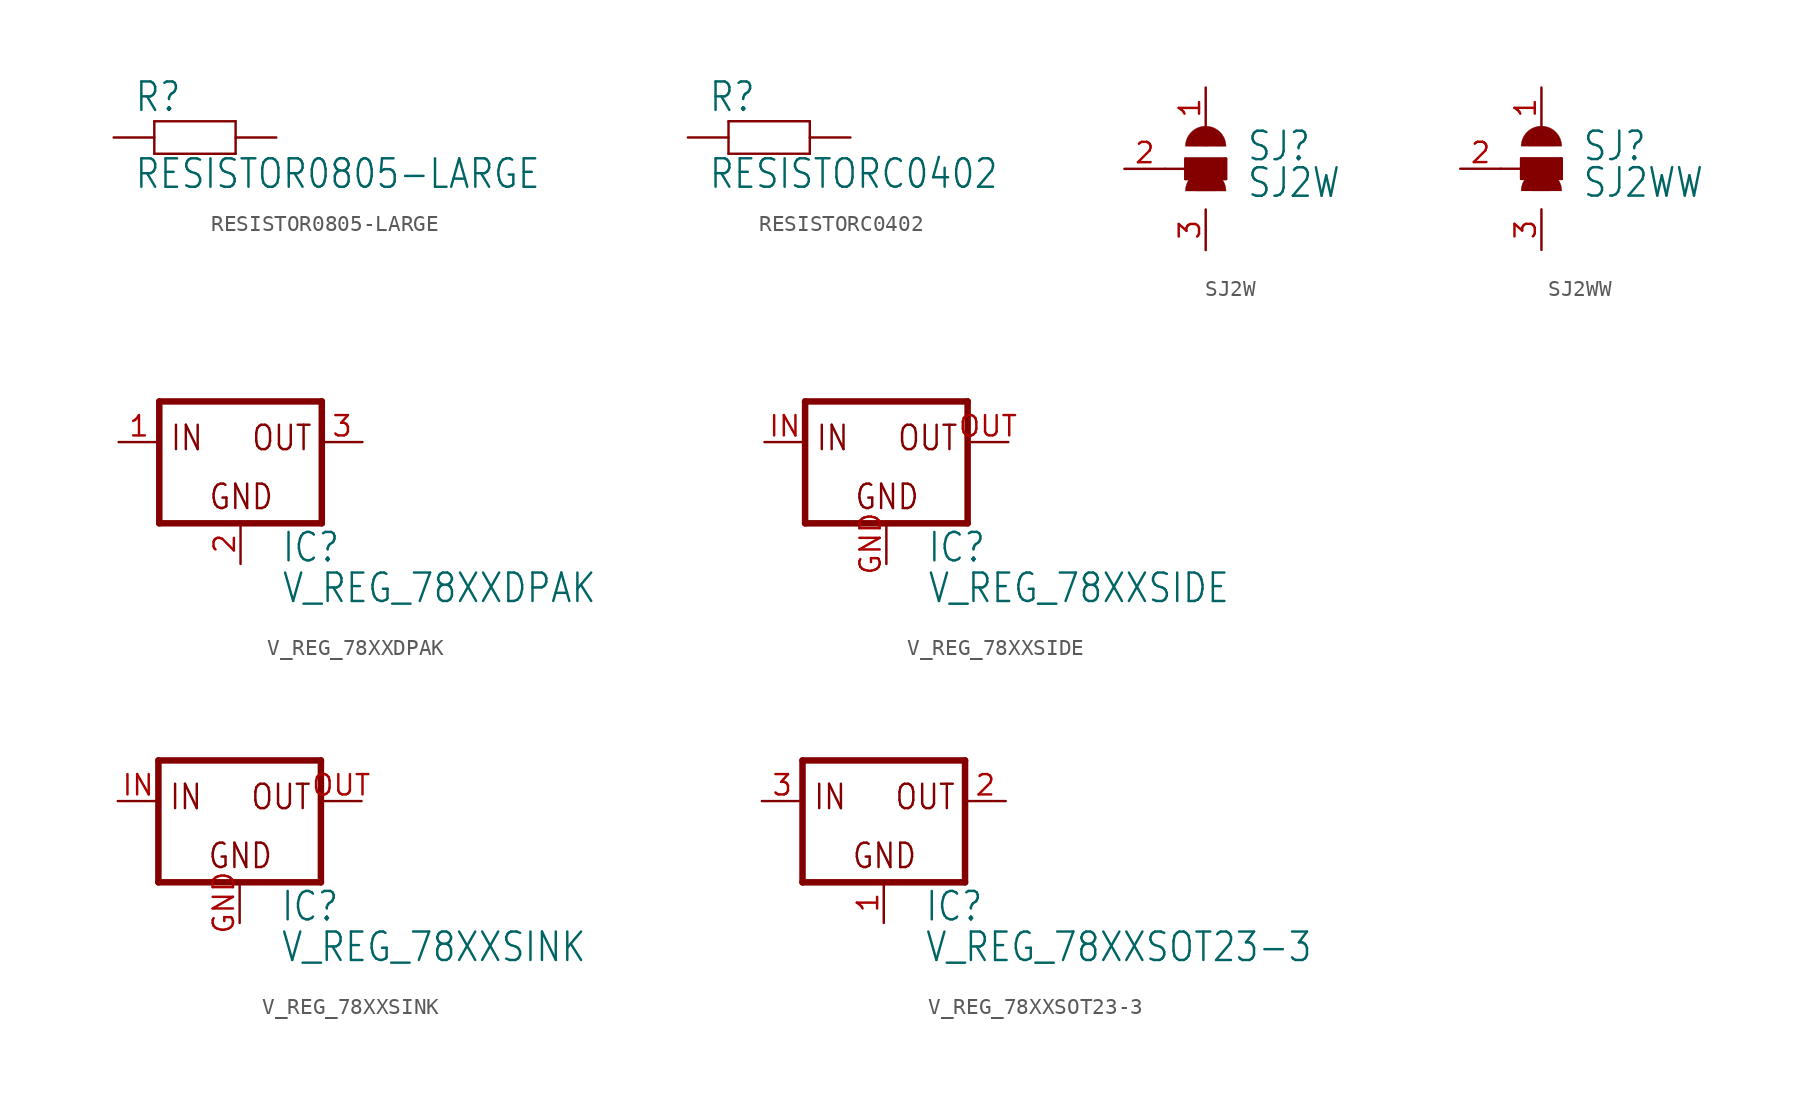
<source format=kicad_sym>
(kicad_symbol_lib
  (version 20211014)
  (generator kicad_symbol_editor)
  (symbol "RESISTOR0805-LARGE"
    (property "Reference" "R"
      (at -3.81 1.499 0)
      (effects (font (size 1.778 1.511)) (justify left bottom)))
    (property "Value" "RESISTOR0805-LARGE"
      (at -3.81 -3.302 0)
      (effects (font (size 1.778 1.511)) (justify left bottom)))
    (property "ki_locked" ""
      (at 0 0 0)
      (effects (font (size 1.27 1.27))))
    (symbol "RESISTOR0805-LARGE_1_0"
      (polyline (pts (xy -2.54 -1.016) (xy -2.54 1.016)) (stroke (width 0.152) (type default) (color 0 0 0 0)) (fill (type none)))
      (polyline (pts (xy -2.54 -1.016) (xy 2.54 -1.016)) (stroke (width 0.152) (type default) (color 0 0 0 0)) (fill (type none)))
      (polyline (pts (xy -2.54 1.016) (xy 2.54 1.016)) (stroke (width 0.152) (type default) (color 0 0 0 0)) (fill (type none)))
      (polyline (pts (xy 2.54 -1.016) (xy 2.54 1.016)) (stroke (width 0.152) (type default) (color 0 0 0 0)) (fill (type none)))
      (pin passive line (at -5.08 0 0) (length 2.54) (name "1" (effects (font (size 0 0)))) (number "1" (effects (font (size 0 0)))))
      (pin passive line (at 5.08 0 180) (length 2.54) (name "2" (effects (font (size 0 0)))) (number "2" (effects (font (size 0 0)))))))
  (symbol "RESISTORC0402"
    (property "Reference" "R"
      (at -3.81 1.499 0)
      (effects (font (size 1.778 1.511)) (justify left bottom)))
    (property "Value" "RESISTORC0402"
      (at -3.81 -3.302 0)
      (effects (font (size 1.778 1.511)) (justify left bottom)))
    (property "ki_locked" ""
      (at 0 0 0)
      (effects (font (size 1.27 1.27))))
    (symbol "RESISTORC0402_1_0"
      (polyline (pts (xy -2.54 -1.016) (xy -2.54 1.016)) (stroke (width 0.152) (type default) (color 0 0 0 0)) (fill (type none)))
      (polyline (pts (xy -2.54 -1.016) (xy 2.54 -1.016)) (stroke (width 0.152) (type default) (color 0 0 0 0)) (fill (type none)))
      (polyline (pts (xy -2.54 1.016) (xy 2.54 1.016)) (stroke (width 0.152) (type default) (color 0 0 0 0)) (fill (type none)))
      (polyline (pts (xy 2.54 -1.016) (xy 2.54 1.016)) (stroke (width 0.152) (type default) (color 0 0 0 0)) (fill (type none)))
      (pin passive line (at -5.08 0 0) (length 2.54) (name "1" (effects (font (size 0 0)))) (number "1" (effects (font (size 0 0)))))
      (pin passive line (at 5.08 0 180) (length 2.54) (name "2" (effects (font (size 0 0)))) (number "2" (effects (font (size 0 0)))))))
  (symbol "SJ2W"
    (property "Reference" "SJ"
      (at 2.54 0.381 0)
      (effects (font (size 1.778 1.511)) (justify left bottom)))
    (property "Value" "SJ2W"
      (at 2.54 -1.905 0)
      (effects (font (size 1.778 1.511)) (justify left bottom)))
    (property "ki_locked" ""
      (at 0 0 0)
      (effects (font (size 1.27 1.27))))
    (symbol "SJ2W_1_0"
      (rectangle (start -1.27 -0.635) (end 1.27 0.635) (stroke (width 0) (type default) (color 0 0 0 0)) (fill (type outline)))
      (polyline (pts (xy -2.54 0) (xy -1.27 0)) (stroke (width 0.152) (type default) (color 0 0 0 0)) (fill (type none)))
      (polyline (pts (xy -1.27 -0.635) (xy -1.27 0)) (stroke (width 0.152) (type default) (color 0 0 0 0)) (fill (type none)))
      (polyline (pts (xy -1.27 0) (xy -1.27 0.635)) (stroke (width 0.152) (type default) (color 0 0 0 0)) (fill (type none)))
      (polyline (pts (xy -1.27 0.635) (xy 1.27 0.635)) (stroke (width 0.152) (type default) (color 0 0 0 0)) (fill (type none)))
      (polyline (pts (xy 1.27 -0.635) (xy -1.27 -0.635)) (stroke (width 0.152) (type default) (color 0 0 0 0)) (fill (type none)))
      (polyline (pts (xy 1.27 0.635) (xy 1.27 -0.635)) (stroke (width 0.152) (type default) (color 0 0 0 0)) (fill (type none)))
      (arc (start 1.27 -1.397) (mid 0 -0.127) (end -1.27 -1.397) (stroke (width 0.0001) (type default) (color 0 0 0 0)) (fill (type outline)))
      (arc (start 1.27 1.397) (mid 0 2.667) (end -1.27 1.397) (stroke (width 0.0001) (type default) (color 0 0 0 0)) (fill (type outline)))
      (pin passive line (at 0 5.08 270) (length 2.54) (name "1" (effects (font (size 0 0)))) (number "1" (effects (font (size 1.27 1.27)))))
      (pin passive line (at -5.08 0 0) (length 2.54) (name "2" (effects (font (size 0 0)))) (number "2" (effects (font (size 1.27 1.27)))))
      (pin passive line (at 0 -5.08 90) (length 2.54) (name "3" (effects (font (size 0 0)))) (number "3" (effects (font (size 1.27 1.27)))))))
  (symbol "SJ2WW"
    (property "Reference" "SJ"
      (at 2.54 0.381 0)
      (effects (font (size 1.778 1.511)) (justify left bottom)))
    (property "Value" "SJ2WW"
      (at 2.54 -1.905 0)
      (effects (font (size 1.778 1.511)) (justify left bottom)))
    (property "ki_locked" ""
      (at 0 0 0)
      (effects (font (size 1.27 1.27))))
    (symbol "SJ2WW_1_0"
      (rectangle (start -1.27 -0.635) (end 1.27 0.635) (stroke (width 0) (type default) (color 0 0 0 0)) (fill (type outline)))
      (polyline (pts (xy -2.54 0) (xy -1.27 0)) (stroke (width 0.152) (type default) (color 0 0 0 0)) (fill (type none)))
      (polyline (pts (xy -1.27 -0.635) (xy -1.27 0)) (stroke (width 0.152) (type default) (color 0 0 0 0)) (fill (type none)))
      (polyline (pts (xy -1.27 0) (xy -1.27 0.635)) (stroke (width 0.152) (type default) (color 0 0 0 0)) (fill (type none)))
      (polyline (pts (xy -1.27 0.635) (xy 1.27 0.635)) (stroke (width 0.152) (type default) (color 0 0 0 0)) (fill (type none)))
      (polyline (pts (xy 1.27 -0.635) (xy -1.27 -0.635)) (stroke (width 0.152) (type default) (color 0 0 0 0)) (fill (type none)))
      (polyline (pts (xy 1.27 0.635) (xy 1.27 -0.635)) (stroke (width 0.152) (type default) (color 0 0 0 0)) (fill (type none)))
      (arc (start 1.27 -1.397) (mid 0 -0.127) (end -1.27 -1.397) (stroke (width 0.0001) (type default) (color 0 0 0 0)) (fill (type outline)))
      (arc (start 1.27 1.397) (mid 0 2.667) (end -1.27 1.397) (stroke (width 0.0001) (type default) (color 0 0 0 0)) (fill (type outline)))
      (pin passive line (at 0 5.08 270) (length 2.54) (name "1" (effects (font (size 0 0)))) (number "1" (effects (font (size 1.27 1.27)))))
      (pin passive line (at -5.08 0 0) (length 2.54) (name "2" (effects (font (size 0 0)))) (number "2" (effects (font (size 1.27 1.27)))))
      (pin passive line (at 0 -5.08 90) (length 2.54) (name "3" (effects (font (size 0 0)))) (number "3" (effects (font (size 1.27 1.27)))))))
  (symbol "V_REG_78XXDPAK"
    (property "Reference" "IC"
      (at 2.54 -7.62 0)
      (effects (font (size 1.778 1.511)) (justify left bottom)))
    (property "Value" "V_REG_78XXDPAK"
      (at 2.54 -10.16 0)
      (effects (font (size 1.778 1.511)) (justify left bottom)))
    (property "ki_locked" ""
      (at 0 0 0)
      (effects (font (size 1.27 1.27))))
    (symbol "V_REG_78XXDPAK_1_0"
      (polyline (pts (xy -5.08 -5.08) (xy 5.08 -5.08)) (stroke (width 0.406) (type default) (color 0 0 0 0)) (fill (type none)))
      (polyline (pts (xy -5.08 2.54) (xy -5.08 -5.08)) (stroke (width 0.406) (type default) (color 0 0 0 0)) (fill (type none)))
      (polyline (pts (xy 5.08 -5.08) (xy 5.08 2.54)) (stroke (width 0.406) (type default) (color 0 0 0 0)) (fill (type none)))
      (polyline (pts (xy 5.08 2.54) (xy -5.08 2.54)) (stroke (width 0.406) (type default) (color 0 0 0 0)) (fill (type none)))
      (text "GND" (at -2.032 -4.318 0) (effects (font (size 1.524 1.295)) (justify left bottom)))
      (text "IN" (at -4.445 -0.635 0) (effects (font (size 1.524 1.295)) (justify left bottom)))
      (text "OUT" (at 0.635 -0.635 0) (effects (font (size 1.524 1.295)) (justify left bottom)))
      (pin input line (at -7.62 0 0) (length 2.54) (name "IN" (effects (font (size 0 0)))) (number "1" (effects (font (size 1.27 1.27)))))
      (pin input line (at 0 -7.62 90) (length 2.54) (name "GND" (effects (font (size 0 0)))) (number "2" (effects (font (size 1.27 1.27)))))
      (pin output line (at 7.62 0 180) (length 2.54) (name "OUT" (effects (font (size 0 0)))) (number "3" (effects (font (size 1.27 1.27)))))))
  (symbol "V_REG_78XXSIDE"
    (property "Reference" "IC"
      (at 2.54 -7.62 0)
      (effects (font (size 1.778 1.511)) (justify left bottom)))
    (property "Value" "V_REG_78XXSIDE"
      (at 2.54 -10.16 0)
      (effects (font (size 1.778 1.511)) (justify left bottom)))
    (property "ki_locked" ""
      (at 0 0 0)
      (effects (font (size 1.27 1.27))))
    (symbol "V_REG_78XXSIDE_1_0"
      (polyline (pts (xy -5.08 -5.08) (xy 5.08 -5.08)) (stroke (width 0.406) (type default) (color 0 0 0 0)) (fill (type none)))
      (polyline (pts (xy -5.08 2.54) (xy -5.08 -5.08)) (stroke (width 0.406) (type default) (color 0 0 0 0)) (fill (type none)))
      (polyline (pts (xy 5.08 -5.08) (xy 5.08 2.54)) (stroke (width 0.406) (type default) (color 0 0 0 0)) (fill (type none)))
      (polyline (pts (xy 5.08 2.54) (xy -5.08 2.54)) (stroke (width 0.406) (type default) (color 0 0 0 0)) (fill (type none)))
      (text "GND" (at -2.032 -4.318 0) (effects (font (size 1.524 1.295)) (justify left bottom)))
      (text "IN" (at -4.445 -0.635 0) (effects (font (size 1.524 1.295)) (justify left bottom)))
      (text "OUT" (at 0.635 -0.635 0) (effects (font (size 1.524 1.295)) (justify left bottom)))
      (pin input line (at 0 -7.62 90) (length 2.54) (name "GND" (effects (font (size 0 0)))) (number "GND" (effects (font (size 1.27 1.27)))))
      (pin input line (at -7.62 0 0) (length 2.54) (name "IN" (effects (font (size 0 0)))) (number "IN" (effects (font (size 1.27 1.27)))))
      (pin output line (at 7.62 0 180) (length 2.54) (name "OUT" (effects (font (size 0 0)))) (number "OUT" (effects (font (size 1.27 1.27)))))))
  (symbol "V_REG_78XXSINK"
    (property "Reference" "IC"
      (at 2.54 -7.62 0)
      (effects (font (size 1.778 1.511)) (justify left bottom)))
    (property "Value" "V_REG_78XXSINK"
      (at 2.54 -10.16 0)
      (effects (font (size 1.778 1.511)) (justify left bottom)))
    (property "ki_locked" ""
      (at 0 0 0)
      (effects (font (size 1.27 1.27))))
    (symbol "V_REG_78XXSINK_1_0"
      (polyline (pts (xy -5.08 -5.08) (xy 5.08 -5.08)) (stroke (width 0.406) (type default) (color 0 0 0 0)) (fill (type none)))
      (polyline (pts (xy -5.08 2.54) (xy -5.08 -5.08)) (stroke (width 0.406) (type default) (color 0 0 0 0)) (fill (type none)))
      (polyline (pts (xy 5.08 -5.08) (xy 5.08 2.54)) (stroke (width 0.406) (type default) (color 0 0 0 0)) (fill (type none)))
      (polyline (pts (xy 5.08 2.54) (xy -5.08 2.54)) (stroke (width 0.406) (type default) (color 0 0 0 0)) (fill (type none)))
      (text "GND" (at -2.032 -4.318 0) (effects (font (size 1.524 1.295)) (justify left bottom)))
      (text "IN" (at -4.445 -0.635 0) (effects (font (size 1.524 1.295)) (justify left bottom)))
      (text "OUT" (at 0.635 -0.635 0) (effects (font (size 1.524 1.295)) (justify left bottom)))
      (pin input line (at 0 -7.62 90) (length 2.54) (name "GND" (effects (font (size 0 0)))) (number "GND" (effects (font (size 1.27 1.27)))))
      (pin input line (at -7.62 0 0) (length 2.54) (name "IN" (effects (font (size 0 0)))) (number "IN" (effects (font (size 1.27 1.27)))))
      (pin output line (at 7.62 0 180) (length 2.54) (name "OUT" (effects (font (size 0 0)))) (number "OUT" (effects (font (size 1.27 1.27)))))))
  (symbol "V_REG_78XXSOT23-3"
    (property "Reference" "IC"
      (at 2.54 -7.62 0)
      (effects (font (size 1.778 1.511)) (justify left bottom)))
    (property "Value" "V_REG_78XXSOT23-3"
      (at 2.54 -10.16 0)
      (effects (font (size 1.778 1.511)) (justify left bottom)))
    (property "ki_locked" ""
      (at 0 0 0)
      (effects (font (size 1.27 1.27))))
    (symbol "V_REG_78XXSOT23-3_1_0"
      (polyline (pts (xy -5.08 -5.08) (xy 5.08 -5.08)) (stroke (width 0.406) (type default) (color 0 0 0 0)) (fill (type none)))
      (polyline (pts (xy -5.08 2.54) (xy -5.08 -5.08)) (stroke (width 0.406) (type default) (color 0 0 0 0)) (fill (type none)))
      (polyline (pts (xy 5.08 -5.08) (xy 5.08 2.54)) (stroke (width 0.406) (type default) (color 0 0 0 0)) (fill (type none)))
      (polyline (pts (xy 5.08 2.54) (xy -5.08 2.54)) (stroke (width 0.406) (type default) (color 0 0 0 0)) (fill (type none)))
      (text "GND" (at -2.032 -4.318 0) (effects (font (size 1.524 1.295)) (justify left bottom)))
      (text "IN" (at -4.445 -0.635 0) (effects (font (size 1.524 1.295)) (justify left bottom)))
      (text "OUT" (at 0.635 -0.635 0) (effects (font (size 1.524 1.295)) (justify left bottom)))
      (pin input line (at 0 -7.62 90) (length 2.54) (name "GND" (effects (font (size 0 0)))) (number "1" (effects (font (size 1.27 1.27)))))
      (pin output line (at 7.62 0 180) (length 2.54) (name "OUT" (effects (font (size 0 0)))) (number "2" (effects (font (size 1.27 1.27)))))
      (pin input line (at -7.62 0 0) (length 2.54) (name "IN" (effects (font (size 0 0)))) (number "3" (effects (font (size 1.27 1.27))))))))
</source>
